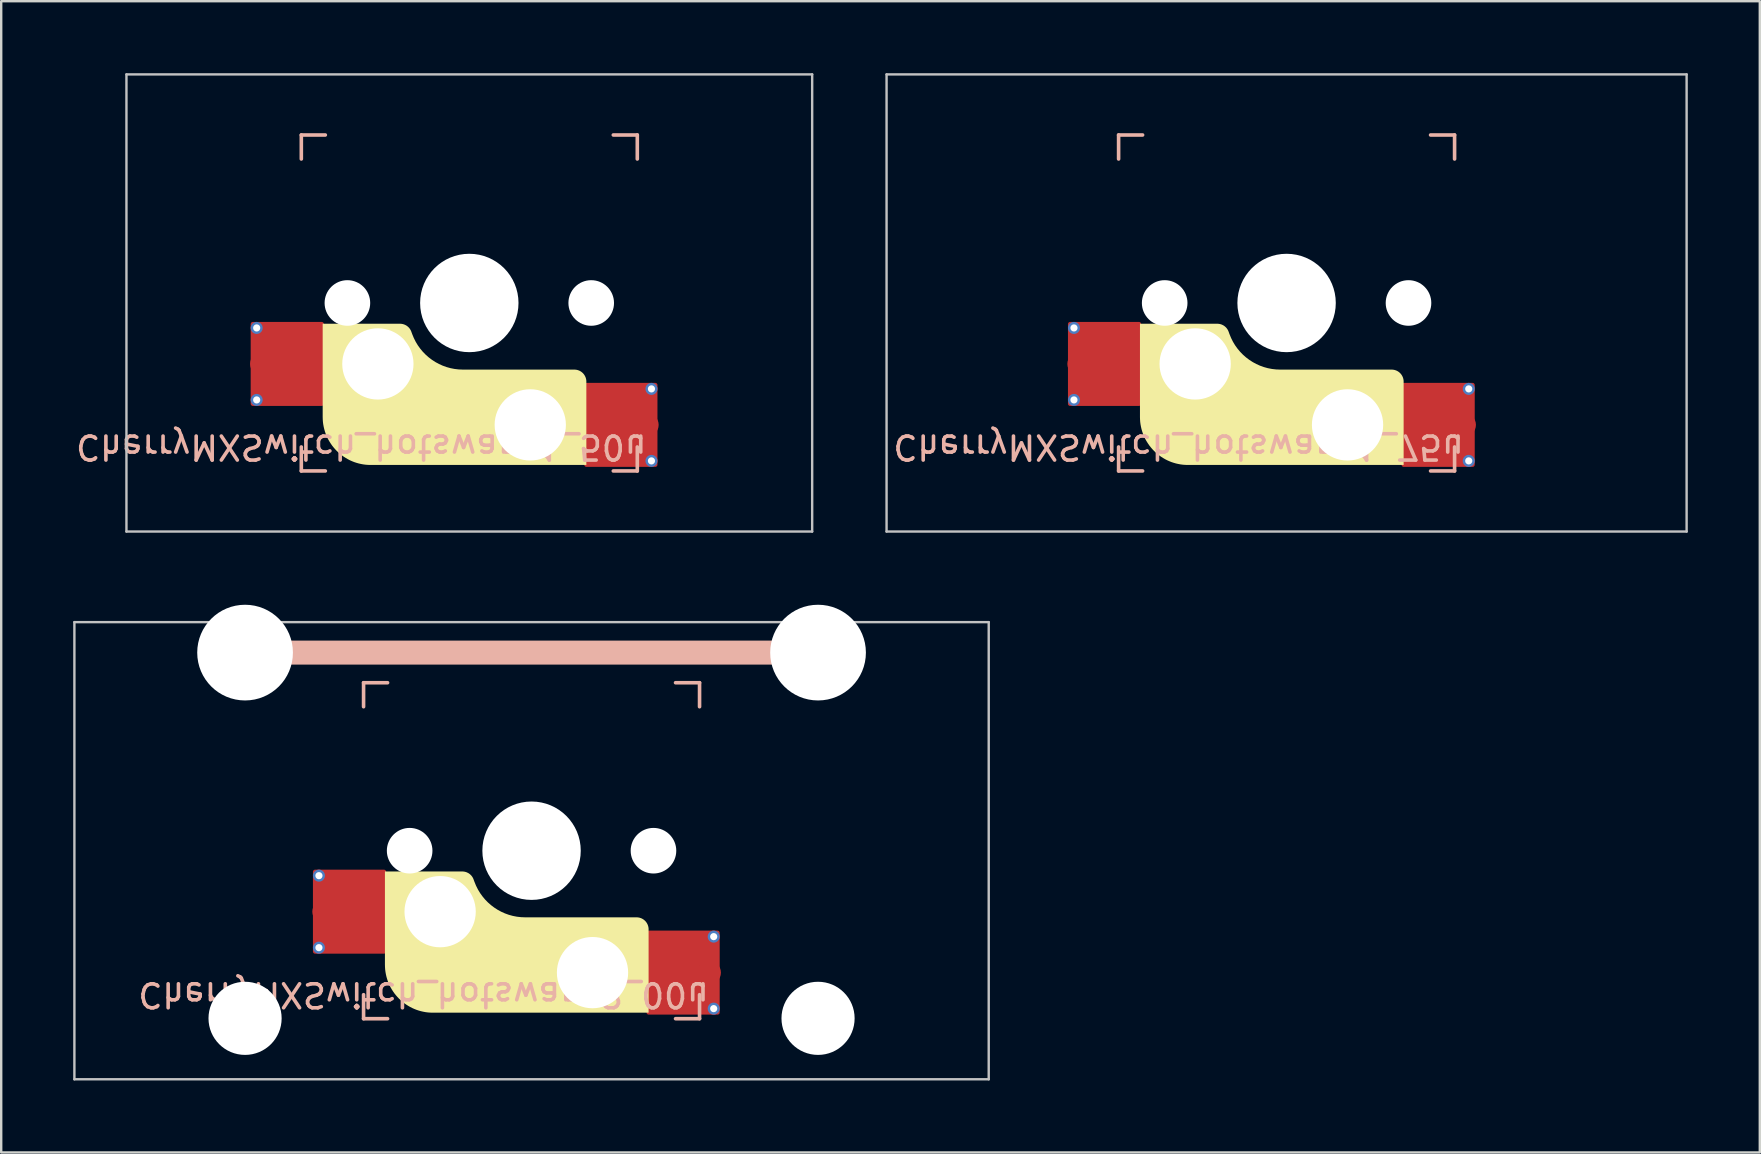
<source format=kicad_pcb>
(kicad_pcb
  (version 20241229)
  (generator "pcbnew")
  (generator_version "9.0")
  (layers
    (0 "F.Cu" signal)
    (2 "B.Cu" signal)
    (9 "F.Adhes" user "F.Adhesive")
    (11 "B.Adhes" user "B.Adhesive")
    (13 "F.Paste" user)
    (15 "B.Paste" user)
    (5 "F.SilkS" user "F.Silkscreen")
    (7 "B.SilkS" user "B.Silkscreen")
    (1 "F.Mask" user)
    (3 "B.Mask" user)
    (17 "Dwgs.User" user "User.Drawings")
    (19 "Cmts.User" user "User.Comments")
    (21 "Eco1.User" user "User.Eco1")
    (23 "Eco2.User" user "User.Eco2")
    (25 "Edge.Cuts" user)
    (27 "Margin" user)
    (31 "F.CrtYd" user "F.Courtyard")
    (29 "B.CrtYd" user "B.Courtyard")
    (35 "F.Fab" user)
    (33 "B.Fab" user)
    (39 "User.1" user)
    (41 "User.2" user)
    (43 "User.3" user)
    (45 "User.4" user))
  (footprint "CherryMXSwitch_hotswap_2_00u"
    (layer "F.Cu")
    (at 19.1 32.399)
    (property "Reference" "CherryMXSwitch_hotswap_2_00u" (at -4.5 6 180) (unlocked yes) (layer "B.SilkS") (effects (font (size 1 1) (thickness 0.15)) (justify mirror)))
    (attr smd)
    (fp_poly (pts (xy 4.877 3.276) (xy 4.876 3.252) (xy 4.875 3.227) (xy 4.872 3.203) (xy 4.867 3.178) (xy 4.862 3.154) (xy 4.855 3.131) (xy 4.848 3.108) (xy 4.839 3.085) (xy 4.829 3.063) (xy 4.818 3.041) (xy 4.806 3.02) (xy 4.793 2.999) (xy 4.779 2.979) (xy 4.764 2.959) (xy 4.748 2.941) (xy 4.731 2.923) (xy 4.713 2.906) (xy 4.694 2.89) (xy 4.675 2.874) (xy 4.654 2.86) (xy 4.634 2.847) (xy 4.612 2.835) (xy 4.591 2.824) (xy 4.568 2.814) (xy 4.546 2.806) (xy 4.522 2.798) (xy 4.499 2.791) (xy 4.475 2.786) (xy 4.451 2.782) (xy 4.426 2.779) (xy 4.402 2.777) (xy 4.377 2.776) (xy -0.266 2.776) (xy -0.442 2.769) (xy -0.615 2.749) (xy -0.784 2.716) (xy -0.95 2.67) (xy -1.11 2.612) (xy -1.265 2.542) (xy -1.414 2.461) (xy -1.556 2.369) (xy -1.691 2.267) (xy -1.818 2.155) (xy -1.937 2.033) (xy -2.046 1.902) (xy -2.146 1.763) (xy -2.235 1.615) (xy -2.313 1.459) (xy -2.38 1.296) (xy -2.417 1.195) (xy -2.424 1.176) (xy -2.432 1.158) (xy -2.44 1.141) (xy -2.449 1.124) (xy -2.459 1.107) (xy -2.469 1.091) (xy -2.48 1.075) (xy -2.491 1.06) (xy -2.503 1.045) (xy -2.515 1.031) (xy -2.528 1.017) (xy -2.542 1.004) (xy -2.556 0.991) (xy -2.57 0.979) (xy -2.585 0.967) (xy -2.6 0.956) (xy -2.615 0.945) (xy -2.631 0.936) (xy -2.648 0.926) (xy -2.665 0.918) (xy -2.682 0.91) (xy -2.699 0.902) (xy -2.717 0.895) (xy -2.735 0.889) (xy -2.753 0.884) (xy -2.771 0.879) (xy -2.79 0.875) (xy -2.809 0.872) (xy -2.828 0.869) (xy -2.848 0.867) (xy -2.867 0.866) (xy -2.887 0.866) (xy -6.11 0.866) (xy -6.11 4.75) (xy -6.107 4.853) (xy -6.1 4.954) (xy -6.087 5.055) (xy -6.069 5.153) (xy -6.047 5.25) (xy -6.02 5.345) (xy -5.989 5.438) (xy -5.953 5.528) (xy -5.913 5.617) (xy -5.869 5.703) (xy -5.82 5.787) (xy -5.768 5.868) (xy -5.713 5.947) (xy -5.653 6.022) (xy -5.59 6.095) (xy -5.524 6.164) (xy -5.455 6.23) (xy -5.382 6.293) (xy -5.307 6.353) (xy -5.228 6.408) (xy -5.147 6.46) (xy -5.063 6.509) (xy -4.977 6.553) (xy -4.888 6.593) (xy -4.798 6.629) (xy -4.705 6.66) (xy -4.61 6.687) (xy -4.513 6.709) (xy -4.415 6.727) (xy -4.314 6.74) (xy -4.213 6.747) (xy -4.11 6.75) (xy 4.877 6.75)) (stroke (width 0) (type solid)) (fill yes) (layer "F.SilkS"))
    (fp_line (start -11.938 -8.255) (end 11.938 -8.255) (stroke (width 1) (type solid)) (layer "B.SilkS"))
    (fp_line (start -7 -7) (end -6 -7) (stroke (width 0.15) (type solid)) (layer "B.SilkS"))
    (fp_line (start -7 -6) (end -7 -7) (stroke (width 0.15) (type solid)) (layer "B.SilkS"))
    (fp_line (start -7 6) (end -7 7) (stroke (width 0.15) (type solid)) (layer "B.SilkS"))
    (fp_line (start -7 7) (end -6 7) (stroke (width 0.15) (type solid)) (layer "B.SilkS"))
    (fp_line (start 6 -7) (end 7 -7) (stroke (width 0.15) (type solid)) (layer "B.SilkS"))
    (fp_line (start 7 -7) (end 7 -6) (stroke (width 0.15) (type solid)) (layer "B.SilkS"))
    (fp_line (start 7 7) (end 6 7) (stroke (width 0.15) (type solid)) (layer "B.SilkS"))
    (fp_line (start 7 7) (end 7 6) (stroke (width 0.15) (type solid)) (layer "B.SilkS"))
    (fp_line (start -19.05 -9.525) (end -19.05 9.525) (stroke (width 0.1) (type solid)) (layer "Dwgs.User"))
    (fp_line (start -19.05 9.525) (end 19.05 9.525) (stroke (width 0.1) (type solid)) (layer "Dwgs.User"))
    (fp_line (start 19.05 -9.525) (end -19.05 -9.525) (stroke (width 0.1) (type solid)) (layer "Dwgs.User"))
    (fp_line (start 19.05 9.525) (end 19.05 -9.525) (stroke (width 0.1) (type solid)) (layer "Dwgs.User"))
    (fp_line (start -7 -7) (end 7 -7) (stroke (width 0.1) (type solid)) (layer "Eco1.User"))
    (fp_line (start -7 7) (end -7 -7) (stroke (width 0.1) (type solid)) (layer "Eco1.User"))
    (fp_line (start 7 -7) (end 7 7) (stroke (width 0.1) (type solid)) (layer "Eco1.User"))
    (fp_line (start 7 7) (end -7 7) (stroke (width 0.1) (type solid)) (layer "Eco1.User"))
    (fp_rect (start 1.75 -3.25) (end -1.75 -6.35) (stroke (width 0.1) (type solid)) (fill no) (layer "Eco1.User"))
    (fp_line (start 0 0) (end 0 -4.8) (stroke (width 0.1) (type solid)) (layer "Eco2.User"))
    (fp_line (start 0 0) (end 8.262 0) (stroke (width 0.1) (type solid)) (layer "Eco2.User"))
    (pad "" np_thru_hole circle (at -11.938 -8.255) (size 3.988 3.988) (drill 3.988) (layers "*.Cu" "*.Mask"))
    (pad "" np_thru_hole circle (at -11.938 6.985) (size 3.048 3.048) (drill 3.048) (layers "*.Cu" "*.Mask"))
    (pad "" np_thru_hole circle (at -5.08 0) (size 1.9 1.9) (drill 1.9) (layers "*.Cu" "*.Mask"))
    (pad "" np_thru_hole circle (at -3.81 2.54) (size 3 3) (drill 2.97) (layers "*.Cu" "*.Mask"))
    (pad "" np_thru_hole circle (at 0 0 270) (size 4.1 4.1) (drill 4.1) (layers "*.Cu" "*.Mask"))
    (pad "" np_thru_hole circle (at 2.54 5.08) (size 3 3) (drill 2.97) (layers "*.Cu" "*.Mask"))
    (pad "" np_thru_hole circle (at 5.08 0) (size 1.9 1.9) (drill 1.9) (layers "*.Cu" "*.Mask"))
    (pad "" np_thru_hole circle (at 11.938 -8.255) (size 3.988 3.988) (drill 3.988) (layers "*.Cu" "*.Mask"))
    (pad "" np_thru_hole circle (at 11.938 6.985) (size 3.048 3.048) (drill 3.048) (layers "*.Cu" "*.Mask"))
    (pad "1" thru_hole circle (at -8.86 1.04) (size 0.5 0.5) (drill 0.3) (layers "*.Cu" "B.Mask"))
    (pad "1" thru_hole circle (at -8.86 4.04) (size 0.5 0.5) (drill 0.3) (layers "*.Cu" "B.Mask"))
    (pad "1" smd circle (at -8.635 2.54 180) (size 1 1) (layers "F.Cu" "F.Mask" "F.Paste"))
    (pad "1" smd roundrect (at -7.585 2.54 180) (size 3.05 3.5) (layers "F.Cu") (roundrect_rratio 0.029))
    (pad "1" smd roundrect (at -7.385 2.54 180) (size 2.55 2.5) (layers "F.Cu" "F.Mask" "F.Paste") (roundrect_rratio 0.1))
    (pad "2" smd roundrect (at 6.115 5.08) (size 2.55 2.5) (layers "F.Cu" "F.Mask" "F.Paste") (roundrect_rratio 0.1))
    (pad "2" smd roundrect (at 6.315 5.08) (size 3.05 3.5) (layers "F.Cu") (roundrect_rratio 0.029))
    (pad "2" smd circle (at 7.39 5.08 180) (size 1 1) (layers "F.Cu" "F.Mask" "F.Paste"))
    (pad "2" thru_hole circle (at 7.59 3.58 180) (size 0.5 0.5) (drill 0.3) (layers "*.Cu" "B.Mask"))
    (pad "2" thru_hole circle (at 7.59 6.58 180) (size 0.5 0.5) (drill 0.3) (layers "*.Cu" "B.Mask")))
  (footprint "CherryMXSwitch_hotswap_1_75u"
    (layer "F.Cu")
    (at 50.562 9.575)
    (property "Reference" "CherryMXSwitch_hotswap_1_75u" (at -4.5 6 180) (unlocked yes) (layer "B.SilkS") (effects (font (size 1 1) (thickness 0.15)) (justify mirror)))
    (attr smd)
    (fp_poly (pts (xy 4.877 3.276) (xy 4.876 3.252) (xy 4.875 3.227) (xy 4.872 3.203) (xy 4.867 3.178) (xy 4.862 3.154) (xy 4.855 3.131) (xy 4.848 3.108) (xy 4.839 3.085) (xy 4.829 3.063) (xy 4.818 3.041) (xy 4.806 3.02) (xy 4.793 2.999) (xy 4.779 2.979) (xy 4.764 2.959) (xy 4.748 2.941) (xy 4.731 2.923) (xy 4.713 2.906) (xy 4.694 2.89) (xy 4.675 2.874) (xy 4.654 2.86) (xy 4.634 2.847) (xy 4.612 2.835) (xy 4.591 2.824) (xy 4.568 2.814) (xy 4.546 2.806) (xy 4.522 2.798) (xy 4.499 2.791) (xy 4.475 2.786) (xy 4.451 2.782) (xy 4.426 2.779) (xy 4.402 2.777) (xy 4.377 2.776) (xy -0.266 2.776) (xy -0.442 2.769) (xy -0.615 2.749) (xy -0.784 2.716) (xy -0.95 2.67) (xy -1.11 2.612) (xy -1.265 2.542) (xy -1.414 2.461) (xy -1.556 2.369) (xy -1.691 2.267) (xy -1.818 2.155) (xy -1.937 2.033) (xy -2.046 1.902) (xy -2.146 1.763) (xy -2.235 1.615) (xy -2.313 1.459) (xy -2.38 1.296) (xy -2.417 1.195) (xy -2.424 1.176) (xy -2.432 1.158) (xy -2.44 1.141) (xy -2.449 1.124) (xy -2.459 1.107) (xy -2.469 1.091) (xy -2.48 1.075) (xy -2.491 1.06) (xy -2.503 1.045) (xy -2.515 1.031) (xy -2.528 1.017) (xy -2.542 1.004) (xy -2.556 0.991) (xy -2.57 0.979) (xy -2.585 0.967) (xy -2.6 0.956) (xy -2.615 0.945) (xy -2.631 0.936) (xy -2.648 0.926) (xy -2.665 0.918) (xy -2.682 0.91) (xy -2.699 0.902) (xy -2.717 0.895) (xy -2.735 0.889) (xy -2.753 0.884) (xy -2.771 0.879) (xy -2.79 0.875) (xy -2.809 0.872) (xy -2.828 0.869) (xy -2.848 0.867) (xy -2.867 0.866) (xy -2.887 0.866) (xy -6.11 0.866) (xy -6.11 4.75) (xy -6.107 4.853) (xy -6.1 4.954) (xy -6.087 5.055) (xy -6.069 5.153) (xy -6.047 5.25) (xy -6.02 5.345) (xy -5.989 5.438) (xy -5.953 5.528) (xy -5.913 5.617) (xy -5.869 5.703) (xy -5.82 5.787) (xy -5.768 5.868) (xy -5.713 5.947) (xy -5.653 6.022) (xy -5.59 6.095) (xy -5.524 6.164) (xy -5.455 6.23) (xy -5.382 6.293) (xy -5.307 6.353) (xy -5.228 6.408) (xy -5.147 6.46) (xy -5.063 6.509) (xy -4.977 6.553) (xy -4.888 6.593) (xy -4.798 6.629) (xy -4.705 6.66) (xy -4.61 6.687) (xy -4.513 6.709) (xy -4.415 6.727) (xy -4.314 6.74) (xy -4.213 6.747) (xy -4.11 6.75) (xy 4.877 6.75)) (stroke (width 0) (type solid)) (fill yes) (layer "F.SilkS"))
    (fp_line (start -7 -7) (end -6 -7) (stroke (width 0.15) (type solid)) (layer "B.SilkS"))
    (fp_line (start -7 -6) (end -7 -7) (stroke (width 0.15) (type solid)) (layer "B.SilkS"))
    (fp_line (start -7 6) (end -7 7) (stroke (width 0.15) (type solid)) (layer "B.SilkS"))
    (fp_line (start -7 7) (end -6 7) (stroke (width 0.15) (type solid)) (layer "B.SilkS"))
    (fp_line (start 6 -7) (end 7 -7) (stroke (width 0.15) (type solid)) (layer "B.SilkS"))
    (fp_line (start 7 -7) (end 7 -6) (stroke (width 0.15) (type solid)) (layer "B.SilkS"))
    (fp_line (start 7 7) (end 6 7) (stroke (width 0.15) (type solid)) (layer "B.SilkS"))
    (fp_line (start 7 7) (end 7 6) (stroke (width 0.15) (type solid)) (layer "B.SilkS"))
    (fp_line (start -16.669 -9.525) (end -16.669 9.525) (stroke (width 0.1) (type solid)) (layer "Dwgs.User"))
    (fp_line (start -16.669 9.525) (end 16.669 9.525) (stroke (width 0.1) (type solid)) (layer "Dwgs.User"))
    (fp_line (start 16.669 -9.525) (end -16.669 -9.525) (stroke (width 0.1) (type solid)) (layer "Dwgs.User"))
    (fp_line (start 16.669 9.525) (end 16.669 -9.525) (stroke (width 0.1) (type solid)) (layer "Dwgs.User"))
    (fp_line (start -7 -7) (end -7 7) (stroke (width 0.1) (type solid)) (layer "Eco1.User"))
    (fp_line (start -7 7) (end 7 7) (stroke (width 0.1) (type solid)) (layer "Eco1.User"))
    (fp_line (start 7 -7) (end -7 -7) (stroke (width 0.1) (type solid)) (layer "Eco1.User"))
    (fp_line (start 7 7) (end 7 -7) (stroke (width 0.1) (type solid)) (layer "Eco1.User"))
    (fp_rect (start 1.75 -3.25) (end -1.75 -6.35) (stroke (width 0.1) (type solid)) (fill no) (layer "Eco1.User"))
    (fp_line (start 0 0) (end 0 -4.8) (stroke (width 0.1) (type solid)) (layer "Eco2.User"))
    (fp_line (start 0 0) (end 8.262 0) (stroke (width 0.1) (type solid)) (layer "Eco2.User"))
    (pad "" np_thru_hole circle (at -5.08 0) (size 1.9 1.9) (drill 1.9) (layers "*.Cu" "*.Mask"))
    (pad "" np_thru_hole circle (at -3.81 2.54) (size 3 3) (drill 2.97) (layers "*.Cu" "*.Mask"))
    (pad "" np_thru_hole circle (at 0 0 270) (size 4.1 4.1) (drill 4.1) (layers "*.Cu" "*.Mask"))
    (pad "" np_thru_hole circle (at 2.54 5.08) (size 3 3) (drill 2.97) (layers "*.Cu" "*.Mask"))
    (pad "" np_thru_hole circle (at 5.08 0) (size 1.9 1.9) (drill 1.9) (layers "*.Cu" "*.Mask"))
    (pad "1" thru_hole circle (at -8.86 1.04) (size 0.5 0.5) (drill 0.3) (layers "*.Cu" "B.Mask"))
    (pad "1" thru_hole circle (at -8.86 4.04) (size 0.5 0.5) (drill 0.3) (layers "*.Cu" "B.Mask"))
    (pad "1" smd circle (at -8.635 2.54 180) (size 1 1) (layers "F.Cu" "F.Mask" "F.Paste"))
    (pad "1" smd roundrect (at -7.585 2.54 180) (size 3.05 3.5) (layers "F.Cu") (roundrect_rratio 0.029))
    (pad "1" smd roundrect (at -7.385 2.54 180) (size 2.55 2.5) (layers "F.Cu" "F.Mask" "F.Paste") (roundrect_rratio 0.1))
    (pad "2" smd roundrect (at 6.115 5.08) (size 2.55 2.5) (layers "F.Cu" "F.Mask" "F.Paste") (roundrect_rratio 0.1))
    (pad "2" smd roundrect (at 6.315 5.08) (size 3.05 3.5) (layers "F.Cu") (roundrect_rratio 0.029))
    (pad "2" smd circle (at 7.39 5.08 180) (size 1 1) (layers "F.Cu" "F.Mask" "F.Paste"))
    (pad "2" thru_hole circle (at 7.59 3.58 180) (size 0.5 0.5) (drill 0.3) (layers "*.Cu" "B.Mask"))
    (pad "2" thru_hole circle (at 7.59 6.58 180) (size 0.5 0.5) (drill 0.3) (layers "*.Cu" "B.Mask")))
  (footprint "CherryMXSwitch_hotswap_1_50u"
    (layer "F.Cu")
    (at 16.506 9.575)
    (property "Reference" "CherryMXSwitch_hotswap_1_50u" (at -4.5 6 180) (unlocked yes) (layer "B.SilkS") (effects (font (size 1 1) (thickness 0.15)) (justify mirror)))
    (attr smd)
    (fp_poly (pts (xy 4.877 3.276) (xy 4.876 3.252) (xy 4.875 3.227) (xy 4.872 3.203) (xy 4.867 3.178) (xy 4.862 3.154) (xy 4.855 3.131) (xy 4.848 3.108) (xy 4.839 3.085) (xy 4.829 3.063) (xy 4.818 3.041) (xy 4.806 3.02) (xy 4.793 2.999) (xy 4.779 2.979) (xy 4.764 2.959) (xy 4.748 2.941) (xy 4.731 2.923) (xy 4.713 2.906) (xy 4.694 2.89) (xy 4.675 2.874) (xy 4.654 2.86) (xy 4.634 2.847) (xy 4.612 2.835) (xy 4.591 2.824) (xy 4.568 2.814) (xy 4.546 2.806) (xy 4.522 2.798) (xy 4.499 2.791) (xy 4.475 2.786) (xy 4.451 2.782) (xy 4.426 2.779) (xy 4.402 2.777) (xy 4.377 2.776) (xy -0.266 2.776) (xy -0.442 2.769) (xy -0.615 2.749) (xy -0.784 2.716) (xy -0.95 2.67) (xy -1.11 2.612) (xy -1.265 2.542) (xy -1.414 2.461) (xy -1.556 2.369) (xy -1.691 2.267) (xy -1.818 2.155) (xy -1.937 2.033) (xy -2.046 1.902) (xy -2.146 1.763) (xy -2.235 1.615) (xy -2.313 1.459) (xy -2.38 1.296) (xy -2.417 1.195) (xy -2.424 1.176) (xy -2.432 1.158) (xy -2.44 1.141) (xy -2.449 1.124) (xy -2.459 1.107) (xy -2.469 1.091) (xy -2.48 1.075) (xy -2.491 1.06) (xy -2.503 1.045) (xy -2.515 1.031) (xy -2.528 1.017) (xy -2.542 1.004) (xy -2.556 0.991) (xy -2.57 0.979) (xy -2.585 0.967) (xy -2.6 0.956) (xy -2.615 0.945) (xy -2.631 0.936) (xy -2.648 0.926) (xy -2.665 0.918) (xy -2.682 0.91) (xy -2.699 0.902) (xy -2.717 0.895) (xy -2.735 0.889) (xy -2.753 0.884) (xy -2.771 0.879) (xy -2.79 0.875) (xy -2.809 0.872) (xy -2.828 0.869) (xy -2.848 0.867) (xy -2.867 0.866) (xy -2.887 0.866) (xy -6.11 0.866) (xy -6.11 4.75) (xy -6.107 4.853) (xy -6.1 4.954) (xy -6.087 5.055) (xy -6.069 5.153) (xy -6.047 5.25) (xy -6.02 5.345) (xy -5.989 5.438) (xy -5.953 5.528) (xy -5.913 5.617) (xy -5.869 5.703) (xy -5.82 5.787) (xy -5.768 5.868) (xy -5.713 5.947) (xy -5.653 6.022) (xy -5.59 6.095) (xy -5.524 6.164) (xy -5.455 6.23) (xy -5.382 6.293) (xy -5.307 6.353) (xy -5.228 6.408) (xy -5.147 6.46) (xy -5.063 6.509) (xy -4.977 6.553) (xy -4.888 6.593) (xy -4.798 6.629) (xy -4.705 6.66) (xy -4.61 6.687) (xy -4.513 6.709) (xy -4.415 6.727) (xy -4.314 6.74) (xy -4.213 6.747) (xy -4.11 6.75) (xy 4.877 6.75)) (stroke (width 0) (type solid)) (fill yes) (layer "F.SilkS"))
    (fp_line (start -7 -7) (end -6 -7) (stroke (width 0.15) (type solid)) (layer "B.SilkS"))
    (fp_line (start -7 -6) (end -7 -7) (stroke (width 0.15) (type solid)) (layer "B.SilkS"))
    (fp_line (start -7 6) (end -7 7) (stroke (width 0.15) (type solid)) (layer "B.SilkS"))
    (fp_line (start -7 7) (end -6 7) (stroke (width 0.15) (type solid)) (layer "B.SilkS"))
    (fp_line (start 6 -7) (end 7 -7) (stroke (width 0.15) (type solid)) (layer "B.SilkS"))
    (fp_line (start 7 -7) (end 7 -6) (stroke (width 0.15) (type solid)) (layer "B.SilkS"))
    (fp_line (start 7 7) (end 6 7) (stroke (width 0.15) (type solid)) (layer "B.SilkS"))
    (fp_line (start 7 7) (end 7 6) (stroke (width 0.15) (type solid)) (layer "B.SilkS"))
    (fp_line (start -14.287 -9.525) (end -14.287 9.525) (stroke (width 0.1) (type solid)) (layer "Dwgs.User"))
    (fp_line (start -14.287 9.525) (end 14.287 9.525) (stroke (width 0.1) (type solid)) (layer "Dwgs.User"))
    (fp_line (start 14.287 -9.525) (end -14.287 -9.525) (stroke (width 0.1) (type solid)) (layer "Dwgs.User"))
    (fp_line (start 14.287 9.525) (end 14.287 -9.525) (stroke (width 0.1) (type solid)) (layer "Dwgs.User"))
    (fp_line (start -7 -7) (end -7 7) (stroke (width 0.1) (type solid)) (layer "Eco1.User"))
    (fp_line (start -7 7) (end 7 7) (stroke (width 0.1) (type solid)) (layer "Eco1.User"))
    (fp_line (start 7 -7) (end -7 -7) (stroke (width 0.1) (type solid)) (layer "Eco1.User"))
    (fp_line (start 7 7) (end 7 -7) (stroke (width 0.1) (type solid)) (layer "Eco1.User"))
    (fp_rect (start 1.75 -3.25) (end -1.75 -6.35) (stroke (width 0.1) (type solid)) (fill no) (layer "Eco1.User"))
    (fp_line (start 0 0) (end 0 -4.8) (stroke (width 0.1) (type solid)) (layer "Eco2.User"))
    (fp_line (start 0 0) (end 8.262 0) (stroke (width 0.1) (type solid)) (layer "Eco2.User"))
    (pad "" np_thru_hole circle (at -5.08 0) (size 1.9 1.9) (drill 1.9) (layers "*.Cu" "*.Mask"))
    (pad "" np_thru_hole circle (at -3.81 2.54) (size 3 3) (drill 2.97) (layers "*.Cu" "*.Mask"))
    (pad "" np_thru_hole circle (at 0 0 270) (size 4.1 4.1) (drill 4.1) (layers "*.Cu" "*.Mask"))
    (pad "" np_thru_hole circle (at 2.54 5.08) (size 3 3) (drill 2.97) (layers "*.Cu" "*.Mask"))
    (pad "" np_thru_hole circle (at 5.08 0) (size 1.9 1.9) (drill 1.9) (layers "*.Cu" "*.Mask"))
    (pad "1" thru_hole circle (at -8.86 1.04) (size 0.5 0.5) (drill 0.3) (layers "*.Cu" "B.Mask"))
    (pad "1" thru_hole circle (at -8.86 4.04) (size 0.5 0.5) (drill 0.3) (layers "*.Cu" "B.Mask"))
    (pad "1" smd circle (at -8.635 2.54 180) (size 1 1) (layers "F.Cu" "F.Mask" "F.Paste"))
    (pad "1" smd roundrect (at -7.585 2.54 180) (size 3.05 3.5) (layers "F.Cu") (roundrect_rratio 0.029))
    (pad "1" smd roundrect (at -7.385 2.54 180) (size 2.55 2.5) (layers "F.Cu" "F.Mask" "F.Paste") (roundrect_rratio 0.1))
    (pad "2" smd roundrect (at 6.115 5.08) (size 2.55 2.5) (layers "F.Cu" "F.Mask" "F.Paste") (roundrect_rratio 0.1))
    (pad "2" smd roundrect (at 6.315 5.08) (size 3.05 3.5) (layers "F.Cu") (roundrect_rratio 0.029))
    (pad "2" smd circle (at 7.39 5.08 180) (size 1 1) (layers "F.Cu" "F.Mask" "F.Paste"))
    (pad "2" thru_hole circle (at 7.59 3.58 180) (size 0.5 0.5) (drill 0.3) (layers "*.Cu" "B.Mask"))
    (pad "2" thru_hole circle (at 7.59 6.58 180) (size 0.5 0.5) (drill 0.3) (layers "*.Cu" "B.Mask")))
  (gr_rect
    (start -3 -3)
    (end 70.281 44.974)
    (stroke (width 0.1) (type default))
    (fill no)
    (layer "Edge.Cuts")))
</source>
